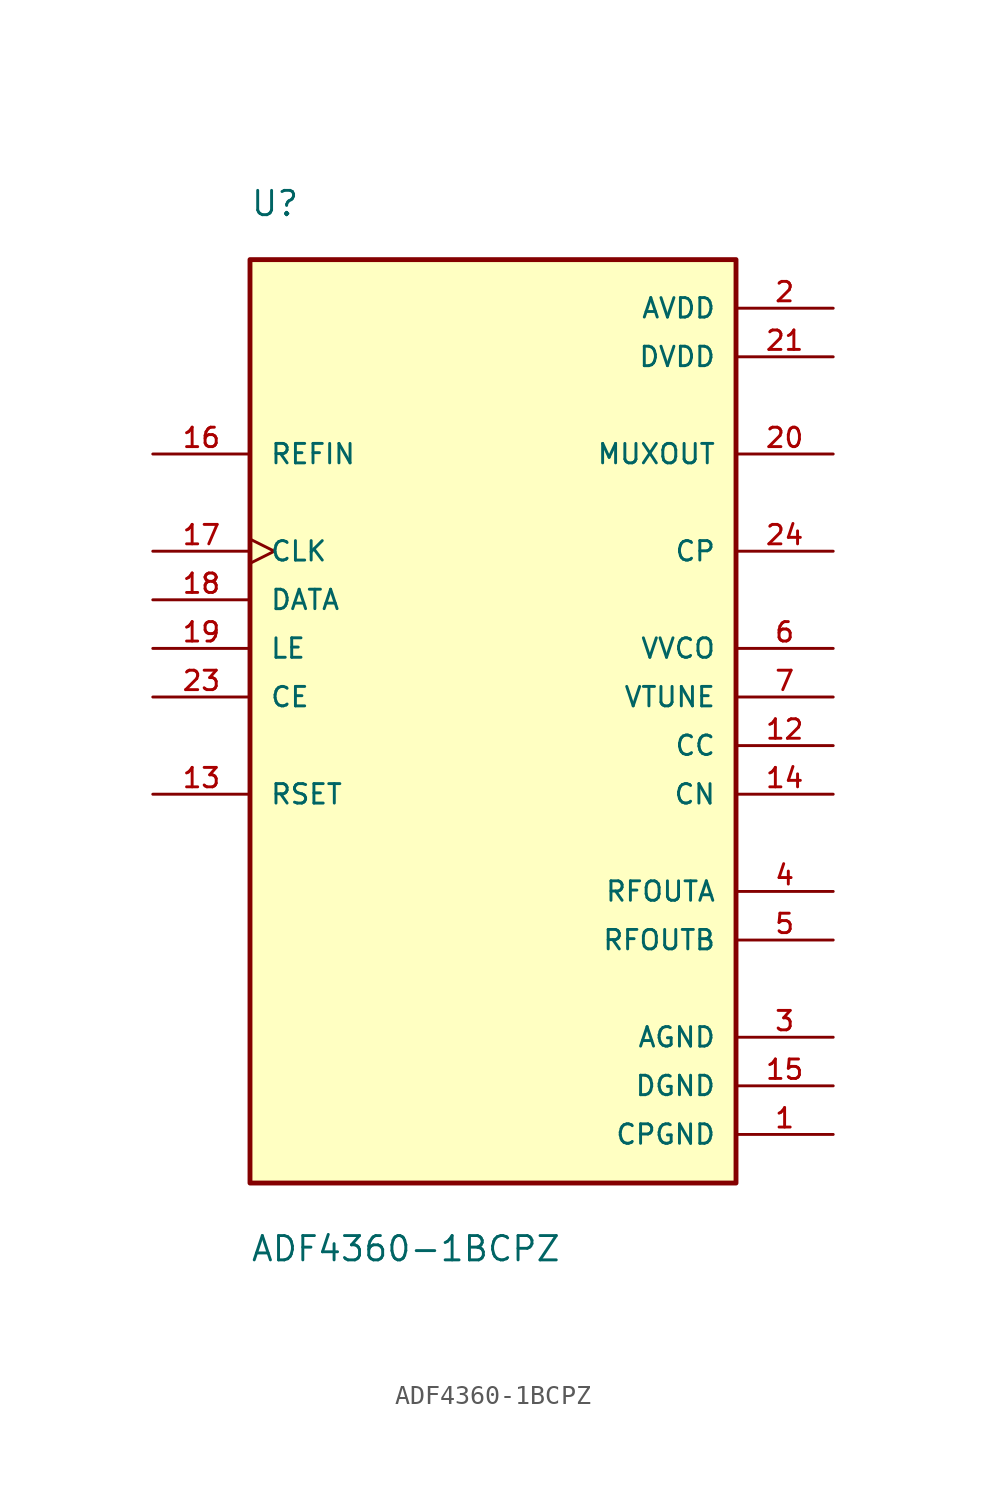
<source format=kicad_sym>
(kicad_symbol_lib
  (version 20211014)
  (generator kicad_symbol_editor)
  (symbol "ADF4360-1BCPZ"
    (pin_names
      (offset 1.016))
    (property "Reference" "U"
      (at -12.7 27.585 0.0)
      (effects (font (size 1.27 1.27)) (justify bottom left)))
    (property "Value" "ADF4360-1BCPZ"
      (at -12.7 -27.039 0.0)
      (effects (font (size 1.27 1.27)) (justify bottom left)))
    (symbol "ADF4360-1BCPZ_0_0"
      (rectangle (start -12.7 -22.86) (end 12.7 25.4) (stroke (width 0.254)) (fill (type background)))
      (pin power_in line (at 17.78 22.86 180.0) (length 5.08) (name "AVDD" (effects (font (size 1.016 1.016)))) (number "2" (effects (font (size 1.016 1.016)))))
      (pin power_in line (at 17.78 20.32 180.0) (length 5.08) (name "DVDD" (effects (font (size 1.016 1.016)))) (number "21" (effects (font (size 1.016 1.016)))))
      (pin input line (at -17.78 5.08 0) (length 5.08) (name "LE" (effects (font (size 1.016 1.016)))) (number "19" (effects (font (size 1.016 1.016)))))
      (pin input line (at -17.78 2.54 0) (length 5.08) (name "CE" (effects (font (size 1.016 1.016)))) (number "23" (effects (font (size 1.016 1.016)))))
      (pin input clock (at -17.78 10.16 0) (length 5.08) (name "CLK" (effects (font (size 1.016 1.016)))) (number "17" (effects (font (size 1.016 1.016)))))
      (pin input line (at -17.78 7.62 0) (length 5.08) (name "DATA" (effects (font (size 1.016 1.016)))) (number "18" (effects (font (size 1.016 1.016)))))
      (pin input line (at -17.78 15.24 0) (length 5.08) (name "REFIN" (effects (font (size 1.016 1.016)))) (number "16" (effects (font (size 1.016 1.016)))))
      (pin passive line (at -17.78 -2.54 0) (length 5.08) (name "RSET" (effects (font (size 1.016 1.016)))) (number "13" (effects (font (size 1.016 1.016)))))
      (pin input line (at 17.78 2.54 180.0) (length 5.08) (name "VTUNE" (effects (font (size 1.016 1.016)))) (number "7" (effects (font (size 1.016 1.016)))))
      (pin passive line (at 17.78 0.0 180.0) (length 5.08) (name "CC" (effects (font (size 1.016 1.016)))) (number "12" (effects (font (size 1.016 1.016)))))
      (pin passive line (at 17.78 -2.54 180.0) (length 5.08) (name "CN" (effects (font (size 1.016 1.016)))) (number "14" (effects (font (size 1.016 1.016)))))
      (pin power_in line (at 17.78 5.08 180.0) (length 5.08) (name "VVCO" (effects (font (size 1.016 1.016)))) (number "6" (effects (font (size 1.016 1.016)))))
      (pin power_in line (at 17.78 -15.24 180.0) (length 5.08) (name "AGND" (effects (font (size 1.016 1.016)))) (number "3" (effects (font (size 1.016 1.016)))))
      (pin power_in line (at 17.78 -15.24 180.0) (length 5.08) hide (name "AGND" (effects (font (size 1.016 1.016)))) (number "8" (effects (font (size 1.016 1.016)))))
      (pin power_in line (at 17.78 -15.24 180.0) (length 5.08) hide (name "AGND" (effects (font (size 1.016 1.016)))) (number "9" (effects (font (size 1.016 1.016)))))
      (pin power_in line (at 17.78 -15.24 180.0) (length 5.08) hide (name "AGND" (effects (font (size 1.016 1.016)))) (number "10" (effects (font (size 1.016 1.016)))))
      (pin power_in line (at 17.78 -15.24 180.0) (length 5.08) hide (name "AGND" (effects (font (size 1.016 1.016)))) (number "11" (effects (font (size 1.016 1.016)))))
      (pin power_in line (at 17.78 -15.24 180.0) (length 5.08) hide (name "AGND" (effects (font (size 1.016 1.016)))) (number "22" (effects (font (size 1.016 1.016)))))
      (pin power_in line (at 17.78 -15.24 180.0) (length 5.08) hide (name "AGND" (effects (font (size 1.016 1.016)))) (number "25" (effects (font (size 1.016 1.016)))))
      (pin power_in line (at 17.78 -17.78 180.0) (length 5.08) (name "DGND" (effects (font (size 1.016 1.016)))) (number "15" (effects (font (size 1.016 1.016)))))
      (pin power_in line (at 17.78 -20.32 180.0) (length 5.08) (name "CPGND" (effects (font (size 1.016 1.016)))) (number "1" (effects (font (size 1.016 1.016)))))
      (pin output line (at 17.78 10.16 180.0) (length 5.08) (name "CP" (effects (font (size 1.016 1.016)))) (number "24" (effects (font (size 1.016 1.016)))))
      (pin output line (at 17.78 15.24 180.0) (length 5.08) (name "MUXOUT" (effects (font (size 1.016 1.016)))) (number "20" (effects (font (size 1.016 1.016)))))
      (pin output line (at 17.78 -7.62 180.0) (length 5.08) (name "RFOUTA" (effects (font (size 1.016 1.016)))) (number "4" (effects (font (size 1.016 1.016)))))
      (pin output line (at 17.78 -10.16 180.0) (length 5.08) (name "RFOUTB" (effects (font (size 1.016 1.016)))) (number "5" (effects (font (size 1.016 1.016))))))))
</source>
